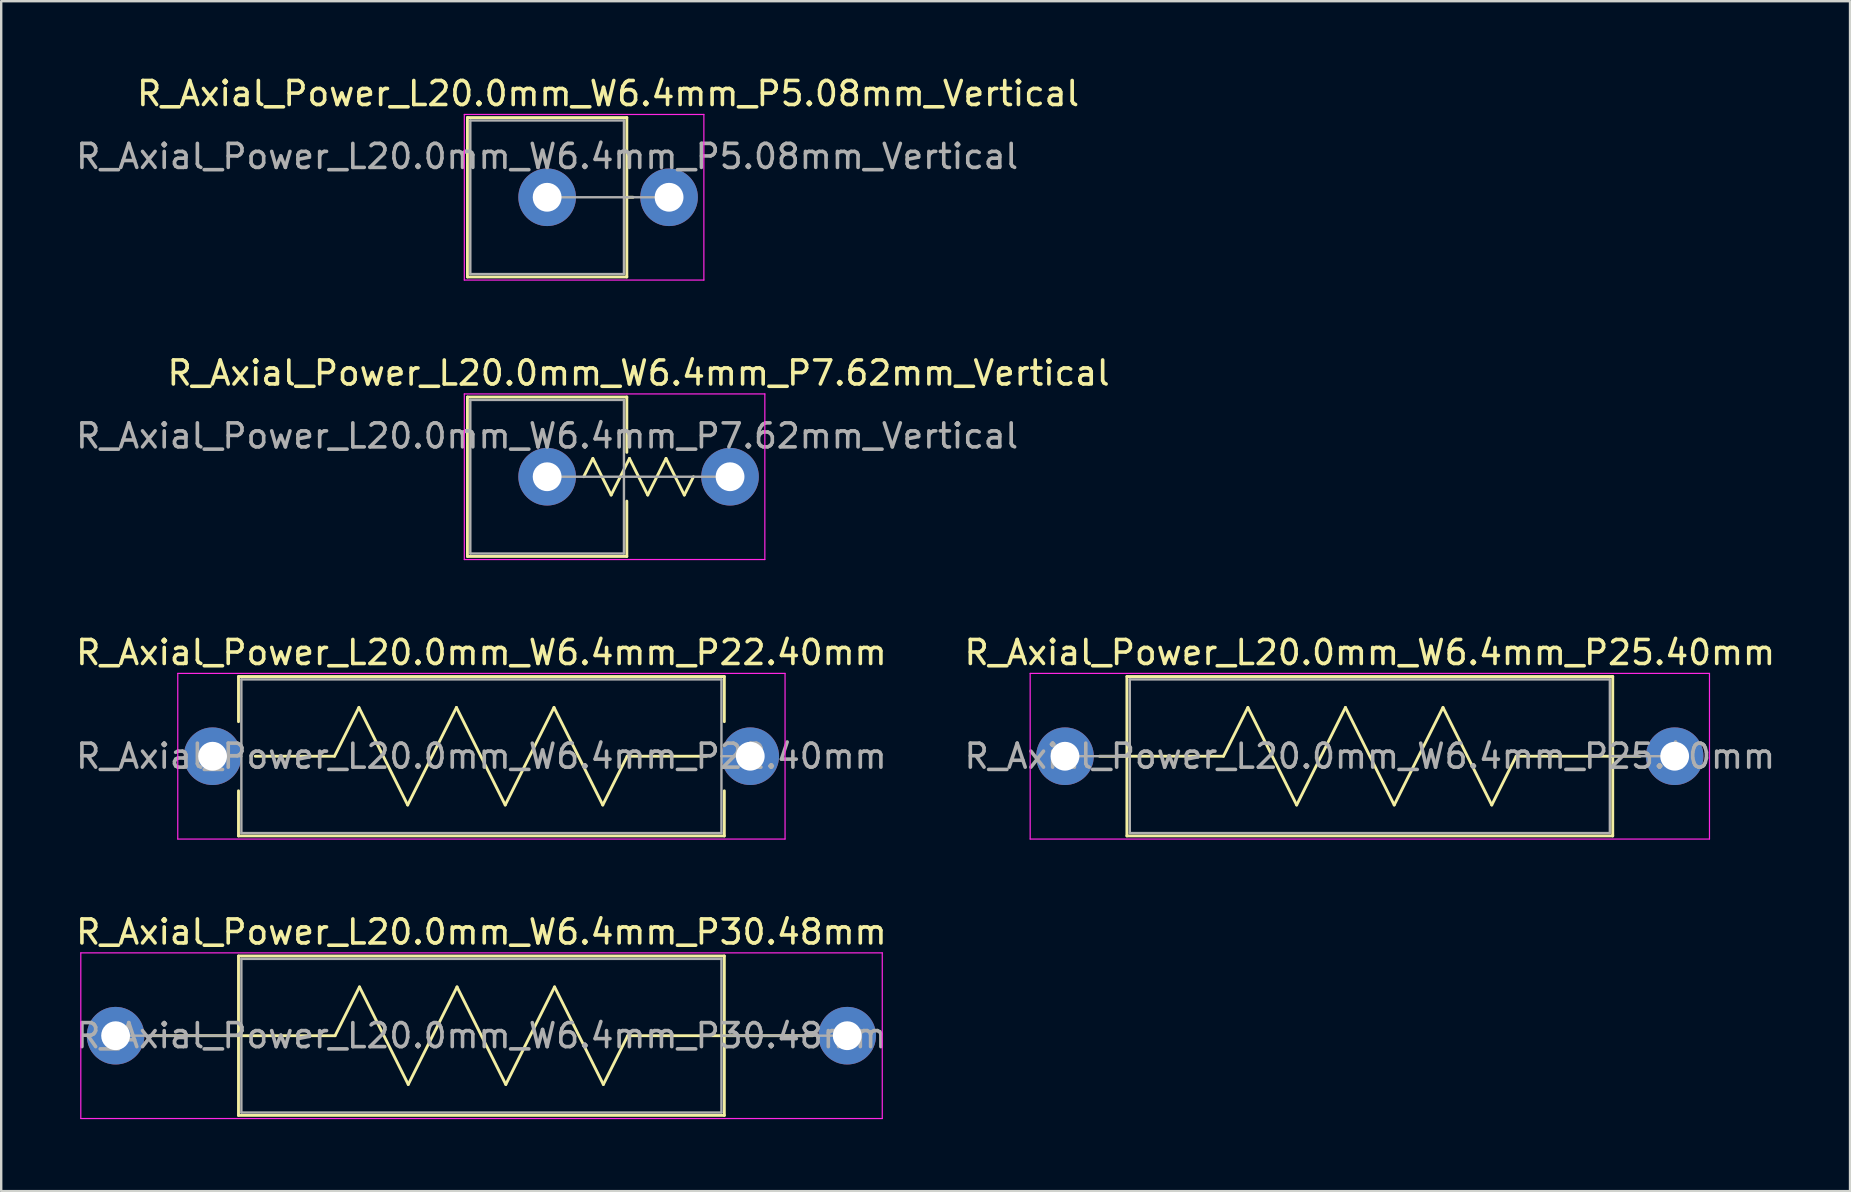
<source format=kicad_pcb>
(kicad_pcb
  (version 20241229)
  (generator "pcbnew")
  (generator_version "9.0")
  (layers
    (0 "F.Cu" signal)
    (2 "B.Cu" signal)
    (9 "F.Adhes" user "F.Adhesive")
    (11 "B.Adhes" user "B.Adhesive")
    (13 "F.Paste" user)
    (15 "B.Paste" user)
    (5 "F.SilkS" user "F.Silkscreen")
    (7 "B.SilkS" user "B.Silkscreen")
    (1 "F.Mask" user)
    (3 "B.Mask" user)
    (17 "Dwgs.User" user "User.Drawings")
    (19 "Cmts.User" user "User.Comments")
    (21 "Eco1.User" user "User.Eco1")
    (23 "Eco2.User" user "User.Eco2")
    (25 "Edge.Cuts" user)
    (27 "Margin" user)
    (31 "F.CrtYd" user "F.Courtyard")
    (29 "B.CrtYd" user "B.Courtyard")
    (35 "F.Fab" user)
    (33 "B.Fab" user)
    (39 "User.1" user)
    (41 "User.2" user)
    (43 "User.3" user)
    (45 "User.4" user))
  (footprint "R_Axial_Power_L20.0mm_W6.4mm_P22.40mm"
    (layer "F.Cu")
    (at 5.806 28.455)
    (property "Reference" "R_Axial_Power_L20.0mm_W6.4mm_P22.40mm" (at 11.2 -4.32 0) (layer "F.SilkS") (effects (font (size 1 1) (thickness 0.15))))
    (attr through_hole)
    (fp_line (start 1.08 -3.32) (end 21.32 -3.32) (stroke (width 0.12) (type solid)) (layer "F.SilkS"))
    (fp_line (start 1.08 -1.44) (end 1.08 -3.32) (stroke (width 0.12) (type solid)) (layer "F.SilkS"))
    (fp_line (start 1.08 1.44) (end 1.08 3.32) (stroke (width 0.12) (type solid)) (layer "F.SilkS"))
    (fp_line (start 1.08 3.32) (end 21.32 3.32) (stroke (width 0.12) (type solid)) (layer "F.SilkS"))
    (fp_line (start 1.778 0) (end 5.08 0) (stroke (width 0.12) (type solid)) (layer "F.SilkS"))
    (fp_line (start 5.08 0) (end 6.096 -2.032) (stroke (width 0.12) (type solid)) (layer "F.SilkS"))
    (fp_line (start 6.096 -2.032) (end 8.128 2.032) (stroke (width 0.12) (type solid)) (layer "F.SilkS"))
    (fp_line (start 8.128 2.032) (end 10.16 -2.032) (stroke (width 0.12) (type solid)) (layer "F.SilkS"))
    (fp_line (start 10.16 -2.032) (end 12.192 2.032) (stroke (width 0.12) (type solid)) (layer "F.SilkS"))
    (fp_line (start 12.192 2.032) (end 14.224 -2.032) (stroke (width 0.12) (type solid)) (layer "F.SilkS"))
    (fp_line (start 14.224 -2.032) (end 16.256 2.032) (stroke (width 0.12) (type solid)) (layer "F.SilkS"))
    (fp_line (start 16.256 2.032) (end 17.272 0) (stroke (width 0.12) (type solid)) (layer "F.SilkS"))
    (fp_line (start 20.574 0) (end 17.272 0) (stroke (width 0.12) (type solid)) (layer "F.SilkS"))
    (fp_line (start 21.32 -3.32) (end 21.32 -1.44) (stroke (width 0.12) (type solid)) (layer "F.SilkS"))
    (fp_line (start 21.32 3.32) (end 21.32 1.44) (stroke (width 0.12) (type solid)) (layer "F.SilkS"))
    (fp_line (start -1.45 -3.45) (end -1.45 3.45) (stroke (width 0.05) (type solid)) (layer "F.CrtYd"))
    (fp_line (start -1.45 3.45) (end 23.85 3.45) (stroke (width 0.05) (type solid)) (layer "F.CrtYd"))
    (fp_line (start 23.85 -3.45) (end -1.45 -3.45) (stroke (width 0.05) (type solid)) (layer "F.CrtYd"))
    (fp_line (start 23.85 3.45) (end 23.85 -3.45) (stroke (width 0.05) (type solid)) (layer "F.CrtYd"))
    (fp_line (start 0 0) (end 1.2 0) (stroke (width 0.1) (type solid)) (layer "F.Fab"))
    (fp_line (start 1.2 -3.2) (end 1.2 3.2) (stroke (width 0.1) (type solid)) (layer "F.Fab"))
    (fp_line (start 1.2 3.2) (end 21.2 3.2) (stroke (width 0.1) (type solid)) (layer "F.Fab"))
    (fp_line (start 21.2 -3.2) (end 1.2 -3.2) (stroke (width 0.1) (type solid)) (layer "F.Fab"))
    (fp_line (start 21.2 3.2) (end 21.2 -3.2) (stroke (width 0.1) (type solid)) (layer "F.Fab"))
    (fp_line (start 22.4 0) (end 21.2 0) (stroke (width 0.1) (type solid)) (layer "F.Fab"))
    (fp_text user "${REFERENCE}" (at 11.2 0 0) (layer "F.Fab") (effects (font (size 1 1) (thickness 0.15))))
    (pad "1" thru_hole circle (at 0 0) (size 2.4 2.4) (drill 1.2) (layers "*.Cu" "*.Mask"))
    (pad "2" thru_hole oval (at 22.4 0) (size 2.4 2.4) (drill 1.2) (layers "*.Cu" "*.Mask")))
  (footprint "R_Axial_Power_L20.0mm_W6.4mm_P5.08mm_Vertical"
    (layer "F.Cu")
    (at 19.744 5.168)
    (property "Reference" "R_Axial_Power_L20.0mm_W6.4mm_P5.08mm_Vertical" (at 2.54 -4.32 0) (layer "F.SilkS") (effects (font (size 1 1) (thickness 0.15))))
    (attr through_hole)
    (fp_line (start -3.32 -3.32) (end -3.32 3.32) (stroke (width 0.12) (type solid)) (layer "F.SilkS"))
    (fp_line (start -3.32 3.32) (end 3.32 3.32) (stroke (width 0.12) (type solid)) (layer "F.SilkS"))
    (fp_line (start 3.32 -3.32) (end -3.32 -3.32) (stroke (width 0.12) (type solid)) (layer "F.SilkS"))
    (fp_line (start 3.32 0) (end 3.58 0) (stroke (width 0.12) (type solid)) (layer "F.SilkS"))
    (fp_line (start 3.32 3.32) (end 3.32 -3.32) (stroke (width 0.12) (type solid)) (layer "F.SilkS"))
    (fp_line (start -3.45 -3.45) (end -3.45 3.45) (stroke (width 0.05) (type solid)) (layer "F.CrtYd"))
    (fp_line (start -3.45 3.45) (end 6.53 3.45) (stroke (width 0.05) (type solid)) (layer "F.CrtYd"))
    (fp_line (start 6.53 -3.45) (end -3.45 -3.45) (stroke (width 0.05) (type solid)) (layer "F.CrtYd"))
    (fp_line (start 6.53 3.45) (end 6.53 -3.45) (stroke (width 0.05) (type solid)) (layer "F.CrtYd"))
    (fp_line (start -3.2 -3.2) (end -3.2 3.2) (stroke (width 0.1) (type solid)) (layer "F.Fab"))
    (fp_line (start -3.2 3.2) (end 3.2 3.2) (stroke (width 0.1) (type solid)) (layer "F.Fab"))
    (fp_line (start 0 0) (end 5.08 0) (stroke (width 0.1) (type solid)) (layer "F.Fab"))
    (fp_line (start 3.2 -3.2) (end -3.2 -3.2) (stroke (width 0.1) (type solid)) (layer "F.Fab"))
    (fp_line (start 3.2 3.2) (end 3.2 -3.2) (stroke (width 0.1) (type solid)) (layer "F.Fab"))
    (fp_text user "${REFERENCE}" (at 0 -1.7 0) (layer "F.Fab") (effects (font (size 1 1) (thickness 0.15))))
    (pad "1" thru_hole circle (at 0 0) (size 2.4 2.4) (drill 1.2) (layers "*.Cu" "*.Mask"))
    (pad "2" thru_hole oval (at 5.08 0) (size 2.4 2.4) (drill 1.2) (layers "*.Cu" "*.Mask")))
  (footprint "R_Axial_Power_L20.0mm_W6.4mm_P30.48mm"
    (layer "F.Cu")
    (at 1.766 40.098)
    (property "Reference" "R_Axial_Power_L20.0mm_W6.4mm_P30.48mm" (at 15.24 -4.32 0) (layer "F.SilkS") (effects (font (size 1 1) (thickness 0.15))))
    (attr through_hole)
    (fp_line (start 1.44 0) (end 5.12 0) (stroke (width 0.12) (type solid)) (layer "F.SilkS"))
    (fp_line (start 5.12 -3.32) (end 5.12 3.32) (stroke (width 0.12) (type solid)) (layer "F.SilkS"))
    (fp_line (start 5.12 0) (end 9.144 0) (stroke (width 0.12) (type solid)) (layer "F.SilkS"))
    (fp_line (start 5.12 3.32) (end 25.36 3.32) (stroke (width 0.12) (type solid)) (layer "F.SilkS"))
    (fp_line (start 9.144 0) (end 10.16 -2.032) (stroke (width 0.12) (type solid)) (layer "F.SilkS"))
    (fp_line (start 10.16 -2.032) (end 12.192 2.032) (stroke (width 0.12) (type solid)) (layer "F.SilkS"))
    (fp_line (start 12.192 2.032) (end 14.224 -2.032) (stroke (width 0.12) (type solid)) (layer "F.SilkS"))
    (fp_line (start 14.224 -2.032) (end 16.256 2.032) (stroke (width 0.12) (type solid)) (layer "F.SilkS"))
    (fp_line (start 16.256 2.032) (end 18.288 -2.032) (stroke (width 0.12) (type solid)) (layer "F.SilkS"))
    (fp_line (start 18.288 -2.032) (end 20.32 2.032) (stroke (width 0.12) (type solid)) (layer "F.SilkS"))
    (fp_line (start 20.32 2.032) (end 21.336 0) (stroke (width 0.12) (type solid)) (layer "F.SilkS"))
    (fp_line (start 25.36 -3.32) (end 5.12 -3.32) (stroke (width 0.12) (type solid)) (layer "F.SilkS"))
    (fp_line (start 25.36 0) (end 21.336 0) (stroke (width 0.12) (type solid)) (layer "F.SilkS"))
    (fp_line (start 25.36 3.32) (end 25.36 -3.32) (stroke (width 0.12) (type solid)) (layer "F.SilkS"))
    (fp_line (start 29.04 0) (end 25.36 0) (stroke (width 0.12) (type solid)) (layer "F.SilkS"))
    (fp_line (start -1.45 -3.45) (end -1.45 3.45) (stroke (width 0.05) (type solid)) (layer "F.CrtYd"))
    (fp_line (start -1.45 3.45) (end 31.94 3.45) (stroke (width 0.05) (type solid)) (layer "F.CrtYd"))
    (fp_line (start 31.94 -3.45) (end -1.45 -3.45) (stroke (width 0.05) (type solid)) (layer "F.CrtYd"))
    (fp_line (start 31.94 3.45) (end 31.94 -3.45) (stroke (width 0.05) (type solid)) (layer "F.CrtYd"))
    (fp_line (start 0 0) (end 5.24 0) (stroke (width 0.1) (type solid)) (layer "F.Fab"))
    (fp_line (start 5.24 -3.2) (end 5.24 3.2) (stroke (width 0.1) (type solid)) (layer "F.Fab"))
    (fp_line (start 5.24 3.2) (end 25.24 3.2) (stroke (width 0.1) (type solid)) (layer "F.Fab"))
    (fp_line (start 25.24 -3.2) (end 5.24 -3.2) (stroke (width 0.1) (type solid)) (layer "F.Fab"))
    (fp_line (start 25.24 3.2) (end 25.24 -3.2) (stroke (width 0.1) (type solid)) (layer "F.Fab"))
    (fp_line (start 30.48 0) (end 25.24 0) (stroke (width 0.1) (type solid)) (layer "F.Fab"))
    (fp_text user "${REFERENCE}" (at 15.24 0 0) (layer "F.Fab") (effects (font (size 1 1) (thickness 0.15))))
    (pad "1" thru_hole circle (at 0 0) (size 2.4 2.4) (drill 1.2) (layers "*.Cu" "*.Mask"))
    (pad "2" thru_hole oval (at 30.48 0) (size 2.4 2.4) (drill 1.2) (layers "*.Cu" "*.Mask")))
  (footprint "R_Axial_Power_L20.0mm_W6.4mm_P7.62mm_Vertical"
    (layer "F.Cu")
    (at 19.744 16.811)
    (property "Reference" "R_Axial_Power_L20.0mm_W6.4mm_P7.62mm_Vertical" (at 3.81 -4.32 0) (layer "F.SilkS") (effects (font (size 1 1) (thickness 0.15))))
    (attr through_hole)
    (fp_line (start -3.32 -3.32) (end -3.32 3.32) (stroke (width 0.12) (type solid)) (layer "F.SilkS"))
    (fp_line (start -3.32 3.32) (end 3.32 3.32) (stroke (width 0.12) (type solid)) (layer "F.SilkS"))
    (fp_line (start 1.524 0) (end 1.905 -0.762) (stroke (width 0.12) (type solid)) (layer "F.SilkS"))
    (fp_line (start 1.905 -0.762) (end 2.667 0.762) (stroke (width 0.12) (type solid)) (layer "F.SilkS"))
    (fp_line (start 2.667 0.762) (end 3.429 -0.762) (stroke (width 0.12) (type solid)) (layer "F.SilkS"))
    (fp_line (start 3.32 -3.32) (end -3.32 -3.32) (stroke (width 0.12) (type solid)) (layer "F.SilkS"))
    (fp_line (start 3.32 -1.016) (end 3.32 -3.32) (stroke (width 0.12) (type solid)) (layer "F.SilkS"))
    (fp_line (start 3.32 3.32) (end 3.32 1.016) (stroke (width 0.12) (type solid)) (layer "F.SilkS"))
    (fp_line (start 3.429 -0.762) (end 4.191 0.762) (stroke (width 0.12) (type solid)) (layer "F.SilkS"))
    (fp_line (start 4.191 0.762) (end 4.953 -0.762) (stroke (width 0.12) (type solid)) (layer "F.SilkS"))
    (fp_line (start 4.953 -0.762) (end 5.715 0.762) (stroke (width 0.12) (type solid)) (layer "F.SilkS"))
    (fp_line (start 5.715 0.762) (end 6.096 0) (stroke (width 0.12) (type solid)) (layer "F.SilkS"))
    (fp_line (start -3.45 -3.45) (end -3.45 3.45) (stroke (width 0.05) (type solid)) (layer "F.CrtYd"))
    (fp_line (start -3.45 3.45) (end 9.07 3.45) (stroke (width 0.05) (type solid)) (layer "F.CrtYd"))
    (fp_line (start 9.07 -3.45) (end -3.45 -3.45) (stroke (width 0.05) (type solid)) (layer "F.CrtYd"))
    (fp_line (start 9.07 3.45) (end 9.07 -3.45) (stroke (width 0.05) (type solid)) (layer "F.CrtYd"))
    (fp_line (start -3.2 -3.2) (end -3.2 3.2) (stroke (width 0.1) (type solid)) (layer "F.Fab"))
    (fp_line (start -3.2 3.2) (end 3.2 3.2) (stroke (width 0.1) (type solid)) (layer "F.Fab"))
    (fp_line (start 0 0) (end 7.62 0) (stroke (width 0.1) (type solid)) (layer "F.Fab"))
    (fp_line (start 3.2 -3.2) (end -3.2 -3.2) (stroke (width 0.1) (type solid)) (layer "F.Fab"))
    (fp_line (start 3.2 3.2) (end 3.2 -3.2) (stroke (width 0.1) (type solid)) (layer "F.Fab"))
    (fp_text user "${REFERENCE}" (at 0 -1.7 0) (layer "F.Fab") (effects (font (size 1 1) (thickness 0.15))))
    (pad "1" thru_hole circle (at 0 0) (size 2.4 2.4) (drill 1.2) (layers "*.Cu" "*.Mask"))
    (pad "2" thru_hole oval (at 7.62 0) (size 2.4 2.4) (drill 1.2) (layers "*.Cu" "*.Mask")))
  (footprint "R_Axial_Power_L20.0mm_W6.4mm_P25.40mm"
    (layer "F.Cu")
    (at 41.318 28.455)
    (property "Reference" "R_Axial_Power_L20.0mm_W6.4mm_P25.40mm" (at 12.7 -4.32 0) (layer "F.SilkS") (effects (font (size 1 1) (thickness 0.15))))
    (attr through_hole)
    (fp_line (start 1.44 0) (end 2.58 0) (stroke (width 0.12) (type solid)) (layer "F.SilkS"))
    (fp_line (start 2.58 -3.32) (end 2.58 3.32) (stroke (width 0.12) (type solid)) (layer "F.SilkS"))
    (fp_line (start 2.58 0) (end 6.604 0) (stroke (width 0.12) (type solid)) (layer "F.SilkS"))
    (fp_line (start 2.58 3.32) (end 22.82 3.32) (stroke (width 0.12) (type solid)) (layer "F.SilkS"))
    (fp_line (start 6.604 0) (end 7.62 -2.032) (stroke (width 0.12) (type solid)) (layer "F.SilkS"))
    (fp_line (start 7.62 -2.032) (end 9.652 2.032) (stroke (width 0.12) (type solid)) (layer "F.SilkS"))
    (fp_line (start 9.652 2.032) (end 11.684 -2.032) (stroke (width 0.12) (type solid)) (layer "F.SilkS"))
    (fp_line (start 11.684 -2.032) (end 13.716 2.032) (stroke (width 0.12) (type solid)) (layer "F.SilkS"))
    (fp_line (start 13.716 2.032) (end 15.748 -2.032) (stroke (width 0.12) (type solid)) (layer "F.SilkS"))
    (fp_line (start 15.748 -2.032) (end 17.78 2.032) (stroke (width 0.12) (type solid)) (layer "F.SilkS"))
    (fp_line (start 17.78 2.032) (end 18.796 0) (stroke (width 0.12) (type solid)) (layer "F.SilkS"))
    (fp_line (start 22.82 -3.32) (end 2.58 -3.32) (stroke (width 0.12) (type solid)) (layer "F.SilkS"))
    (fp_line (start 22.82 0) (end 18.796 0) (stroke (width 0.12) (type solid)) (layer "F.SilkS"))
    (fp_line (start 22.82 3.32) (end 22.82 -3.32) (stroke (width 0.12) (type solid)) (layer "F.SilkS"))
    (fp_line (start 23.96 0) (end 22.82 0) (stroke (width 0.12) (type solid)) (layer "F.SilkS"))
    (fp_line (start -1.45 -3.45) (end -1.45 3.45) (stroke (width 0.05) (type solid)) (layer "F.CrtYd"))
    (fp_line (start -1.45 3.45) (end 26.85 3.45) (stroke (width 0.05) (type solid)) (layer "F.CrtYd"))
    (fp_line (start 26.85 -3.45) (end -1.45 -3.45) (stroke (width 0.05) (type solid)) (layer "F.CrtYd"))
    (fp_line (start 26.85 3.45) (end 26.85 -3.45) (stroke (width 0.05) (type solid)) (layer "F.CrtYd"))
    (fp_line (start 0 0) (end 2.7 0) (stroke (width 0.1) (type solid)) (layer "F.Fab"))
    (fp_line (start 2.7 -3.2) (end 2.7 3.2) (stroke (width 0.1) (type solid)) (layer "F.Fab"))
    (fp_line (start 2.7 3.2) (end 22.7 3.2) (stroke (width 0.1) (type solid)) (layer "F.Fab"))
    (fp_line (start 22.7 -3.2) (end 2.7 -3.2) (stroke (width 0.1) (type solid)) (layer "F.Fab"))
    (fp_line (start 22.7 3.2) (end 22.7 -3.2) (stroke (width 0.1) (type solid)) (layer "F.Fab"))
    (fp_line (start 25.4 0) (end 22.7 0) (stroke (width 0.1) (type solid)) (layer "F.Fab"))
    (fp_text user "${REFERENCE}" (at 12.7 0 0) (layer "F.Fab") (effects (font (size 1 1) (thickness 0.15))))
    (pad "1" thru_hole circle (at 0 0) (size 2.4 2.4) (drill 1.2) (layers "*.Cu" "*.Mask"))
    (pad "2" thru_hole oval (at 25.4 0) (size 2.4 2.4) (drill 1.2) (layers "*.Cu" "*.Mask")))
  (gr_rect
    (start -3 -3)
    (end 74.024 46.573)
    (stroke (width 0.1) (type default))
    (fill no)
    (layer "Edge.Cuts")))
</source>
